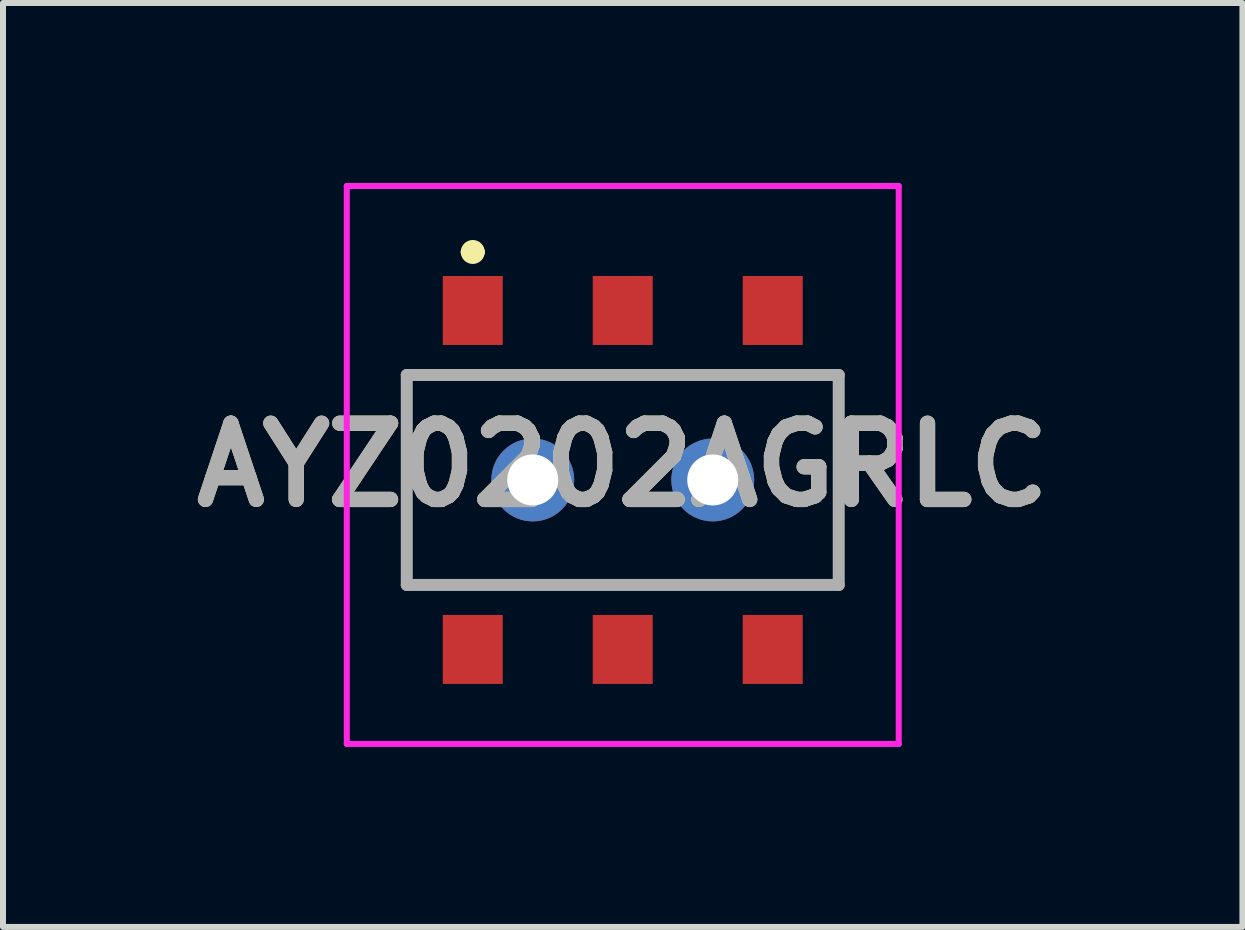
<source format=kicad_pcb>
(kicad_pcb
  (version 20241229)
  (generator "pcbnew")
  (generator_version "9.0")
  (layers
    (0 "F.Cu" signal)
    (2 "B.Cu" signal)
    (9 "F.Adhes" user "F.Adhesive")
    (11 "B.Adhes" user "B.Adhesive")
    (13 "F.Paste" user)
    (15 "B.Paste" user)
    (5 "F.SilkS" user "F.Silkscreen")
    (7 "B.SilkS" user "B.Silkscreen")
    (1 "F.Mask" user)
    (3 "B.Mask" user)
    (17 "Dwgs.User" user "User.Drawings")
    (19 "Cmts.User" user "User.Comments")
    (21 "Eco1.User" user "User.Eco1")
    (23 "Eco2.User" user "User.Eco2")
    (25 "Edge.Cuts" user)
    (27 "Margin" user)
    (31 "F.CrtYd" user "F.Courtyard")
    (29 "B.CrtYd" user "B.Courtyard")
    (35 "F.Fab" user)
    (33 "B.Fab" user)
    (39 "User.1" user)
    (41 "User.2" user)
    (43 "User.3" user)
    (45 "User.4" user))
  (footprint "AYZ0202AGRLC"
    (layer "F.Cu")
    (at 7.33 4.95)
    (property "Reference" "AYZ0202AGRLC" (at 0 -0.25 0) (layer "F.SilkS") (effects (font (size 1.27 1.27) (thickness 0.254))))
    (attr through_hole)
    (fp_line (start -3.6 -1.75) (end 3.6 -1.75) (stroke (width 0.1) (type solid)) (layer "F.SilkS"))
    (fp_line (start -3.6 1.75) (end -3.6 -1.75) (stroke (width 0.1) (type solid)) (layer "F.SilkS"))
    (fp_line (start -2.6 -3.8) (end -2.6 -3.8) (stroke (width 0.2) (type solid)) (layer "F.SilkS"))
    (fp_line (start -2.4 -3.8) (end -2.4 -3.8) (stroke (width 0.2) (type solid)) (layer "F.SilkS"))
    (fp_line (start 3.6 -1.75) (end 3.6 1.75) (stroke (width 0.1) (type solid)) (layer "F.SilkS"))
    (fp_line (start 3.6 1.75) (end -3.6 1.75) (stroke (width 0.1) (type solid)) (layer "F.SilkS"))
    (fp_arc (start -2.6 -3.8) (mid -2.5 -3.9) (end -2.4 -3.8) (stroke (width 0.2) (type solid)) (layer "F.SilkS"))
    (fp_arc (start -2.4 -3.8) (mid -2.5 -3.7) (end -2.6 -3.8) (stroke (width 0.2) (type solid)) (layer "F.SilkS"))
    (fp_line (start -4.6 -4.9) (end 4.6 -4.9) (stroke (width 0.1) (type solid)) (layer "F.CrtYd"))
    (fp_line (start -4.6 4.4) (end -4.6 -4.9) (stroke (width 0.1) (type solid)) (layer "F.CrtYd"))
    (fp_line (start 4.6 -4.9) (end 4.6 4.4) (stroke (width 0.1) (type solid)) (layer "F.CrtYd"))
    (fp_line (start 4.6 4.4) (end -4.6 4.4) (stroke (width 0.1) (type solid)) (layer "F.CrtYd"))
    (fp_line (start -3.6 -1.75) (end 3.6 -1.75) (stroke (width 0.2) (type solid)) (layer "F.Fab"))
    (fp_line (start -3.6 1.75) (end -3.6 -1.75) (stroke (width 0.2) (type solid)) (layer "F.Fab"))
    (fp_line (start 3.6 -1.75) (end 3.6 1.75) (stroke (width 0.2) (type solid)) (layer "F.Fab"))
    (fp_line (start 3.6 1.75) (end -3.6 1.75) (stroke (width 0.2) (type solid)) (layer "F.Fab"))
    (fp_text user "${REFERENCE}" (at 0 -0.25 0) (layer "F.Fab") (effects (font (size 1.27 1.27) (thickness 0.254))))
    (pad "1" smd rect (at -2.5 -2.825) (size 1 1.15) (layers "F.Cu" "F.Paste"))
    (pad "2" smd rect (at 0 -2.825) (size 1 1.15) (layers "F.Cu" "F.Paste"))
    (pad "3" smd rect (at 2.5 -2.825) (size 1 1.15) (layers "F.Cu" "F.Paste"))
    (pad "4" smd rect (at -2.5 2.825) (size 1 1.15) (layers "F.Cu" "F.Paste"))
    (pad "5" smd rect (at 0 2.825) (size 1 1.15) (layers "F.Cu" "F.Paste"))
    (pad "6" smd rect (at 2.5 2.825) (size 1 1.15) (layers "F.Cu" "F.Paste"))
    (pad "MH1" thru_hole circle (at -1.5 0) (size 1.381 1.381) (drill 0.85) (layers "*.Cu" "*.Mask"))
    (pad "MH2" thru_hole circle (at 1.5 0) (size 1.381 1.381) (drill 0.85) (layers "*.Cu" "*.Mask")))
  (gr_rect
    (start -3 -3)
    (end 17.659 12.4)
    (stroke (width 0.1) (type default))
    (fill no)
    (layer "Edge.Cuts")))
</source>
